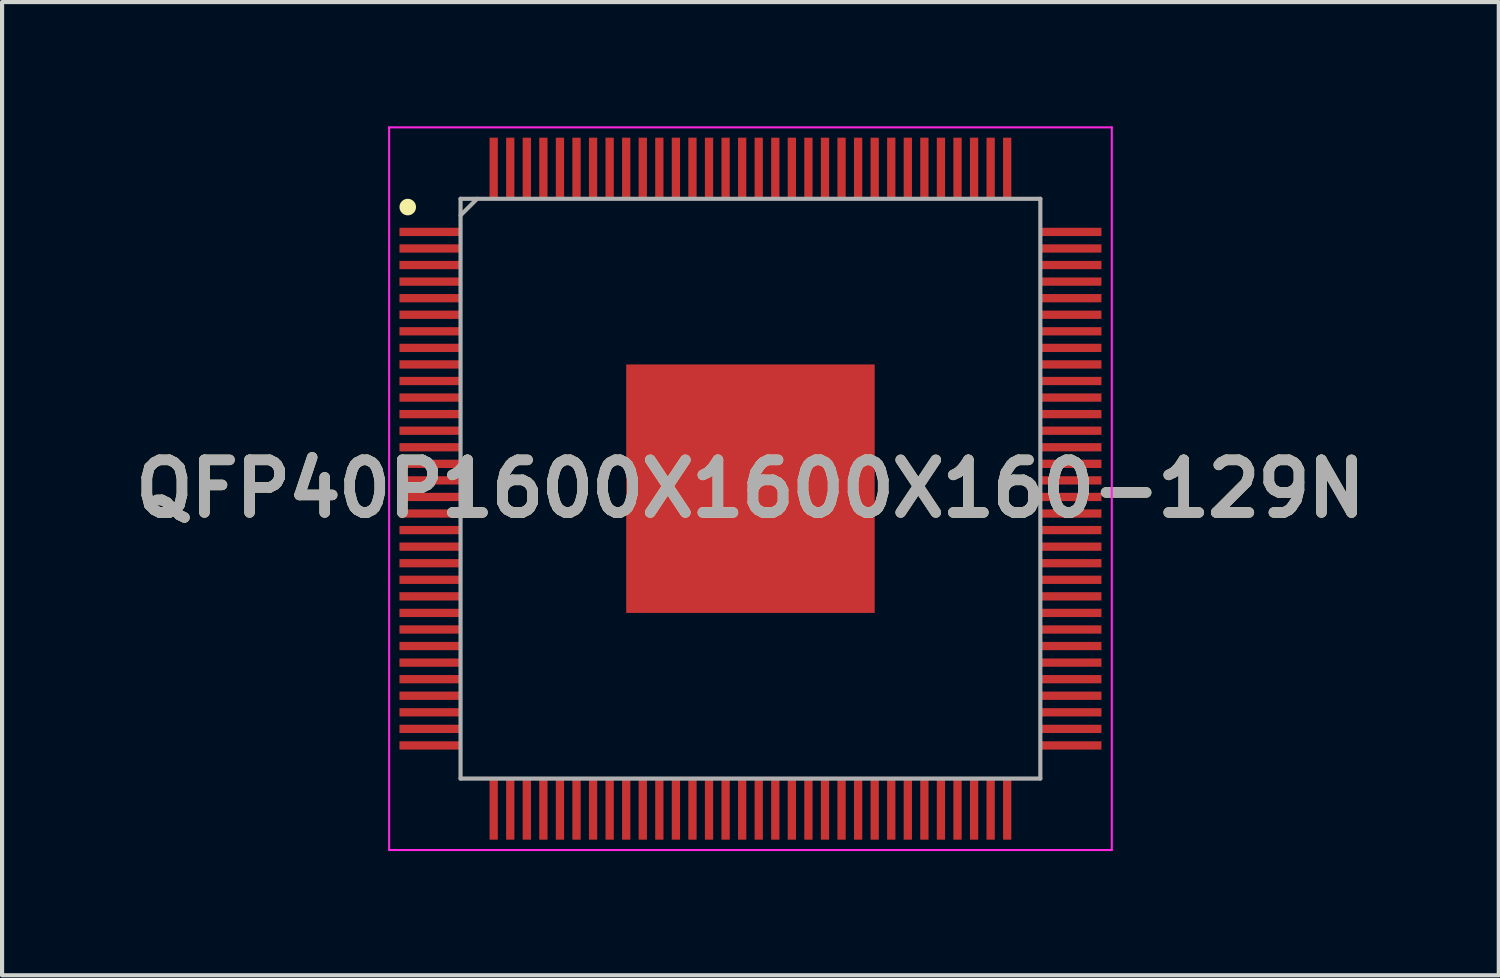
<source format=kicad_pcb>
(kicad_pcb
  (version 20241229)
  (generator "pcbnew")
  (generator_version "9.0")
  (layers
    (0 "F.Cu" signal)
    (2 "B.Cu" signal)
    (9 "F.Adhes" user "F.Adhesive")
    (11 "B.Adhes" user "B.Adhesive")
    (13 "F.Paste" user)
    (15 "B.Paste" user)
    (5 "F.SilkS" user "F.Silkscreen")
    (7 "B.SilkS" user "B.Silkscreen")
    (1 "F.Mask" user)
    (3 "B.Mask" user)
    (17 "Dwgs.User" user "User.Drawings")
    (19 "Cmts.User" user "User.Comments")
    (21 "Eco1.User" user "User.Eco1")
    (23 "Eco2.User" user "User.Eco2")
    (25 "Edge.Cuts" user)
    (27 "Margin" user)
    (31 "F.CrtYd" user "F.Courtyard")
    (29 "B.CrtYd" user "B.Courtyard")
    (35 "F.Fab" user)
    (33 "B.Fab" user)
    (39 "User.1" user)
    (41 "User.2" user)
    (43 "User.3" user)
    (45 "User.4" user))
  (footprint "QFP40P1600X1600X160-129N"
    (layer "F.Cu")
    (at 15.071 8.75)
    (property "Reference" "QFP40P1600X1600X160-129N" (at 0 0 0) (layer "F.SilkS") (effects (font (size 1.27 1.27) (thickness 0.254))))
    (attr smd)
    (fp_circle (center -8.275 -6.8) (end -8.275 -6.7) (stroke (width 0.2) (type solid)) (fill no) (layer "F.SilkS"))
    (fp_line (start -8.725 -8.725) (end 8.725 -8.725) (stroke (width 0.05) (type solid)) (layer "F.CrtYd"))
    (fp_line (start -8.725 8.725) (end -8.725 -8.725) (stroke (width 0.05) (type solid)) (layer "F.CrtYd"))
    (fp_line (start 8.725 -8.725) (end 8.725 8.725) (stroke (width 0.05) (type solid)) (layer "F.CrtYd"))
    (fp_line (start 8.725 8.725) (end -8.725 8.725) (stroke (width 0.05) (type solid)) (layer "F.CrtYd"))
    (fp_line (start -7 -7) (end 7 -7) (stroke (width 0.1) (type solid)) (layer "F.Fab"))
    (fp_line (start -7 -6.6) (end -6.6 -7) (stroke (width 0.1) (type solid)) (layer "F.Fab"))
    (fp_line (start -7 7) (end -7 -7) (stroke (width 0.1) (type solid)) (layer "F.Fab"))
    (fp_line (start 7 -7) (end 7 7) (stroke (width 0.1) (type solid)) (layer "F.Fab"))
    (fp_line (start 7 7) (end -7 7) (stroke (width 0.1) (type solid)) (layer "F.Fab"))
    (fp_text user "${REFERENCE}" (at 0 0 0) (layer "F.Fab") (effects (font (size 1.27 1.27) (thickness 0.254))))
    (pad "1" smd rect (at -7.738 -6.2 90) (size 0.2 1.475) (layers "F.Cu" "F.Mask" "F.Paste"))
    (pad "2" smd rect (at -7.738 -5.8 90) (size 0.2 1.475) (layers "F.Cu" "F.Mask" "F.Paste"))
    (pad "3" smd rect (at -7.738 -5.4 90) (size 0.2 1.475) (layers "F.Cu" "F.Mask" "F.Paste"))
    (pad "4" smd rect (at -7.738 -5 90) (size 0.2 1.475) (layers "F.Cu" "F.Mask" "F.Paste"))
    (pad "5" smd rect (at -7.738 -4.6 90) (size 0.2 1.475) (layers "F.Cu" "F.Mask" "F.Paste"))
    (pad "6" smd rect (at -7.738 -4.2 90) (size 0.2 1.475) (layers "F.Cu" "F.Mask" "F.Paste"))
    (pad "7" smd rect (at -7.738 -3.8 90) (size 0.2 1.475) (layers "F.Cu" "F.Mask" "F.Paste"))
    (pad "8" smd rect (at -7.738 -3.4 90) (size 0.2 1.475) (layers "F.Cu" "F.Mask" "F.Paste"))
    (pad "9" smd rect (at -7.738 -3 90) (size 0.2 1.475) (layers "F.Cu" "F.Mask" "F.Paste"))
    (pad "10" smd rect (at -7.738 -2.6 90) (size 0.2 1.475) (layers "F.Cu" "F.Mask" "F.Paste"))
    (pad "11" smd rect (at -7.738 -2.2 90) (size 0.2 1.475) (layers "F.Cu" "F.Mask" "F.Paste"))
    (pad "12" smd rect (at -7.738 -1.8 90) (size 0.2 1.475) (layers "F.Cu" "F.Mask" "F.Paste"))
    (pad "13" smd rect (at -7.738 -1.4 90) (size 0.2 1.475) (layers "F.Cu" "F.Mask" "F.Paste"))
    (pad "14" smd rect (at -7.738 -1 90) (size 0.2 1.475) (layers "F.Cu" "F.Mask" "F.Paste"))
    (pad "15" smd rect (at -7.738 -0.6 90) (size 0.2 1.475) (layers "F.Cu" "F.Mask" "F.Paste"))
    (pad "16" smd rect (at -7.738 -0.2 90) (size 0.2 1.475) (layers "F.Cu" "F.Mask" "F.Paste"))
    (pad "17" smd rect (at -7.738 0.2 90) (size 0.2 1.475) (layers "F.Cu" "F.Mask" "F.Paste"))
    (pad "18" smd rect (at -7.738 0.6 90) (size 0.2 1.475) (layers "F.Cu" "F.Mask" "F.Paste"))
    (pad "19" smd rect (at -7.738 1 90) (size 0.2 1.475) (layers "F.Cu" "F.Mask" "F.Paste"))
    (pad "20" smd rect (at -7.738 1.4 90) (size 0.2 1.475) (layers "F.Cu" "F.Mask" "F.Paste"))
    (pad "21" smd rect (at -7.738 1.8 90) (size 0.2 1.475) (layers "F.Cu" "F.Mask" "F.Paste"))
    (pad "22" smd rect (at -7.738 2.2 90) (size 0.2 1.475) (layers "F.Cu" "F.Mask" "F.Paste"))
    (pad "23" smd rect (at -7.738 2.6 90) (size 0.2 1.475) (layers "F.Cu" "F.Mask" "F.Paste"))
    (pad "24" smd rect (at -7.738 3 90) (size 0.2 1.475) (layers "F.Cu" "F.Mask" "F.Paste"))
    (pad "25" smd rect (at -7.738 3.4 90) (size 0.2 1.475) (layers "F.Cu" "F.Mask" "F.Paste"))
    (pad "26" smd rect (at -7.738 3.8 90) (size 0.2 1.475) (layers "F.Cu" "F.Mask" "F.Paste"))
    (pad "27" smd rect (at -7.738 4.2 90) (size 0.2 1.475) (layers "F.Cu" "F.Mask" "F.Paste"))
    (pad "28" smd rect (at -7.738 4.6 90) (size 0.2 1.475) (layers "F.Cu" "F.Mask" "F.Paste"))
    (pad "29" smd rect (at -7.738 5 90) (size 0.2 1.475) (layers "F.Cu" "F.Mask" "F.Paste"))
    (pad "30" smd rect (at -7.738 5.4 90) (size 0.2 1.475) (layers "F.Cu" "F.Mask" "F.Paste"))
    (pad "31" smd rect (at -7.738 5.8 90) (size 0.2 1.475) (layers "F.Cu" "F.Mask" "F.Paste"))
    (pad "32" smd rect (at -7.738 6.2 90) (size 0.2 1.475) (layers "F.Cu" "F.Mask" "F.Paste"))
    (pad "33" smd rect (at -6.2 7.738) (size 0.2 1.475) (layers "F.Cu" "F.Mask" "F.Paste"))
    (pad "34" smd rect (at -5.8 7.738) (size 0.2 1.475) (layers "F.Cu" "F.Mask" "F.Paste"))
    (pad "35" smd rect (at -5.4 7.738) (size 0.2 1.475) (layers "F.Cu" "F.Mask" "F.Paste"))
    (pad "36" smd rect (at -5 7.738) (size 0.2 1.475) (layers "F.Cu" "F.Mask" "F.Paste"))
    (pad "37" smd rect (at -4.6 7.738) (size 0.2 1.475) (layers "F.Cu" "F.Mask" "F.Paste"))
    (pad "38" smd rect (at -4.2 7.738) (size 0.2 1.475) (layers "F.Cu" "F.Mask" "F.Paste"))
    (pad "39" smd rect (at -3.8 7.738) (size 0.2 1.475) (layers "F.Cu" "F.Mask" "F.Paste"))
    (pad "40" smd rect (at -3.4 7.738) (size 0.2 1.475) (layers "F.Cu" "F.Mask" "F.Paste"))
    (pad "41" smd rect (at -3 7.738) (size 0.2 1.475) (layers "F.Cu" "F.Mask" "F.Paste"))
    (pad "42" smd rect (at -2.6 7.738) (size 0.2 1.475) (layers "F.Cu" "F.Mask" "F.Paste"))
    (pad "43" smd rect (at -2.2 7.738) (size 0.2 1.475) (layers "F.Cu" "F.Mask" "F.Paste"))
    (pad "44" smd rect (at -1.8 7.738) (size 0.2 1.475) (layers "F.Cu" "F.Mask" "F.Paste"))
    (pad "45" smd rect (at -1.4 7.738) (size 0.2 1.475) (layers "F.Cu" "F.Mask" "F.Paste"))
    (pad "46" smd rect (at -1 7.738) (size 0.2 1.475) (layers "F.Cu" "F.Mask" "F.Paste"))
    (pad "47" smd rect (at -0.6 7.738) (size 0.2 1.475) (layers "F.Cu" "F.Mask" "F.Paste"))
    (pad "48" smd rect (at -0.2 7.738) (size 0.2 1.475) (layers "F.Cu" "F.Mask" "F.Paste"))
    (pad "49" smd rect (at 0.2 7.738) (size 0.2 1.475) (layers "F.Cu" "F.Mask" "F.Paste"))
    (pad "50" smd rect (at 0.6 7.738) (size 0.2 1.475) (layers "F.Cu" "F.Mask" "F.Paste"))
    (pad "51" smd rect (at 1 7.738) (size 0.2 1.475) (layers "F.Cu" "F.Mask" "F.Paste"))
    (pad "52" smd rect (at 1.4 7.738) (size 0.2 1.475) (layers "F.Cu" "F.Mask" "F.Paste"))
    (pad "53" smd rect (at 1.8 7.738) (size 0.2 1.475) (layers "F.Cu" "F.Mask" "F.Paste"))
    (pad "54" smd rect (at 2.2 7.738) (size 0.2 1.475) (layers "F.Cu" "F.Mask" "F.Paste"))
    (pad "55" smd rect (at 2.6 7.738) (size 0.2 1.475) (layers "F.Cu" "F.Mask" "F.Paste"))
    (pad "56" smd rect (at 3 7.738) (size 0.2 1.475) (layers "F.Cu" "F.Mask" "F.Paste"))
    (pad "57" smd rect (at 3.4 7.738) (size 0.2 1.475) (layers "F.Cu" "F.Mask" "F.Paste"))
    (pad "58" smd rect (at 3.8 7.738) (size 0.2 1.475) (layers "F.Cu" "F.Mask" "F.Paste"))
    (pad "59" smd rect (at 4.2 7.738) (size 0.2 1.475) (layers "F.Cu" "F.Mask" "F.Paste"))
    (pad "60" smd rect (at 4.6 7.738) (size 0.2 1.475) (layers "F.Cu" "F.Mask" "F.Paste"))
    (pad "61" smd rect (at 5 7.738) (size 0.2 1.475) (layers "F.Cu" "F.Mask" "F.Paste"))
    (pad "62" smd rect (at 5.4 7.738) (size 0.2 1.475) (layers "F.Cu" "F.Mask" "F.Paste"))
    (pad "63" smd rect (at 5.8 7.738) (size 0.2 1.475) (layers "F.Cu" "F.Mask" "F.Paste"))
    (pad "64" smd rect (at 6.2 7.738) (size 0.2 1.475) (layers "F.Cu" "F.Mask" "F.Paste"))
    (pad "65" smd rect (at 7.738 6.2 90) (size 0.2 1.475) (layers "F.Cu" "F.Mask" "F.Paste"))
    (pad "66" smd rect (at 7.738 5.8 90) (size 0.2 1.475) (layers "F.Cu" "F.Mask" "F.Paste"))
    (pad "67" smd rect (at 7.738 5.4 90) (size 0.2 1.475) (layers "F.Cu" "F.Mask" "F.Paste"))
    (pad "68" smd rect (at 7.738 5 90) (size 0.2 1.475) (layers "F.Cu" "F.Mask" "F.Paste"))
    (pad "69" smd rect (at 7.738 4.6 90) (size 0.2 1.475) (layers "F.Cu" "F.Mask" "F.Paste"))
    (pad "70" smd rect (at 7.738 4.2 90) (size 0.2 1.475) (layers "F.Cu" "F.Mask" "F.Paste"))
    (pad "71" smd rect (at 7.738 3.8 90) (size 0.2 1.475) (layers "F.Cu" "F.Mask" "F.Paste"))
    (pad "72" smd rect (at 7.738 3.4 90) (size 0.2 1.475) (layers "F.Cu" "F.Mask" "F.Paste"))
    (pad "73" smd rect (at 7.738 3 90) (size 0.2 1.475) (layers "F.Cu" "F.Mask" "F.Paste"))
    (pad "74" smd rect (at 7.738 2.6 90) (size 0.2 1.475) (layers "F.Cu" "F.Mask" "F.Paste"))
    (pad "75" smd rect (at 7.738 2.2 90) (size 0.2 1.475) (layers "F.Cu" "F.Mask" "F.Paste"))
    (pad "76" smd rect (at 7.738 1.8 90) (size 0.2 1.475) (layers "F.Cu" "F.Mask" "F.Paste"))
    (pad "77" smd rect (at 7.738 1.4 90) (size 0.2 1.475) (layers "F.Cu" "F.Mask" "F.Paste"))
    (pad "78" smd rect (at 7.738 1 90) (size 0.2 1.475) (layers "F.Cu" "F.Mask" "F.Paste"))
    (pad "79" smd rect (at 7.738 0.6 90) (size 0.2 1.475) (layers "F.Cu" "F.Mask" "F.Paste"))
    (pad "80" smd rect (at 7.738 0.2 90) (size 0.2 1.475) (layers "F.Cu" "F.Mask" "F.Paste"))
    (pad "81" smd rect (at 7.738 -0.2 90) (size 0.2 1.475) (layers "F.Cu" "F.Mask" "F.Paste"))
    (pad "82" smd rect (at 7.738 -0.6 90) (size 0.2 1.475) (layers "F.Cu" "F.Mask" "F.Paste"))
    (pad "83" smd rect (at 7.738 -1 90) (size 0.2 1.475) (layers "F.Cu" "F.Mask" "F.Paste"))
    (pad "84" smd rect (at 7.738 -1.4 90) (size 0.2 1.475) (layers "F.Cu" "F.Mask" "F.Paste"))
    (pad "85" smd rect (at 7.738 -1.8 90) (size 0.2 1.475) (layers "F.Cu" "F.Mask" "F.Paste"))
    (pad "86" smd rect (at 7.738 -2.2 90) (size 0.2 1.475) (layers "F.Cu" "F.Mask" "F.Paste"))
    (pad "87" smd rect (at 7.738 -2.6 90) (size 0.2 1.475) (layers "F.Cu" "F.Mask" "F.Paste"))
    (pad "88" smd rect (at 7.738 -3 90) (size 0.2 1.475) (layers "F.Cu" "F.Mask" "F.Paste"))
    (pad "89" smd rect (at 7.738 -3.4 90) (size 0.2 1.475) (layers "F.Cu" "F.Mask" "F.Paste"))
    (pad "90" smd rect (at 7.738 -3.8 90) (size 0.2 1.475) (layers "F.Cu" "F.Mask" "F.Paste"))
    (pad "91" smd rect (at 7.738 -4.2 90) (size 0.2 1.475) (layers "F.Cu" "F.Mask" "F.Paste"))
    (pad "92" smd rect (at 7.738 -4.6 90) (size 0.2 1.475) (layers "F.Cu" "F.Mask" "F.Paste"))
    (pad "93" smd rect (at 7.738 -5 90) (size 0.2 1.475) (layers "F.Cu" "F.Mask" "F.Paste"))
    (pad "94" smd rect (at 7.738 -5.4 90) (size 0.2 1.475) (layers "F.Cu" "F.Mask" "F.Paste"))
    (pad "95" smd rect (at 7.738 -5.8 90) (size 0.2 1.475) (layers "F.Cu" "F.Mask" "F.Paste"))
    (pad "96" smd rect (at 7.738 -6.2 90) (size 0.2 1.475) (layers "F.Cu" "F.Mask" "F.Paste"))
    (pad "97" smd rect (at 6.2 -7.738) (size 0.2 1.475) (layers "F.Cu" "F.Mask" "F.Paste"))
    (pad "98" smd rect (at 5.8 -7.738) (size 0.2 1.475) (layers "F.Cu" "F.Mask" "F.Paste"))
    (pad "99" smd rect (at 5.4 -7.738) (size 0.2 1.475) (layers "F.Cu" "F.Mask" "F.Paste"))
    (pad "100" smd rect (at 5 -7.738) (size 0.2 1.475) (layers "F.Cu" "F.Mask" "F.Paste"))
    (pad "101" smd rect (at 4.6 -7.738) (size 0.2 1.475) (layers "F.Cu" "F.Mask" "F.Paste"))
    (pad "102" smd rect (at 4.2 -7.738) (size 0.2 1.475) (layers "F.Cu" "F.Mask" "F.Paste"))
    (pad "103" smd rect (at 3.8 -7.738) (size 0.2 1.475) (layers "F.Cu" "F.Mask" "F.Paste"))
    (pad "104" smd rect (at 3.4 -7.738) (size 0.2 1.475) (layers "F.Cu" "F.Mask" "F.Paste"))
    (pad "105" smd rect (at 3 -7.738) (size 0.2 1.475) (layers "F.Cu" "F.Mask" "F.Paste"))
    (pad "106" smd rect (at 2.6 -7.738) (size 0.2 1.475) (layers "F.Cu" "F.Mask" "F.Paste"))
    (pad "107" smd rect (at 2.2 -7.738) (size 0.2 1.475) (layers "F.Cu" "F.Mask" "F.Paste"))
    (pad "108" smd rect (at 1.8 -7.738) (size 0.2 1.475) (layers "F.Cu" "F.Mask" "F.Paste"))
    (pad "109" smd rect (at 1.4 -7.738) (size 0.2 1.475) (layers "F.Cu" "F.Mask" "F.Paste"))
    (pad "110" smd rect (at 1 -7.738) (size 0.2 1.475) (layers "F.Cu" "F.Mask" "F.Paste"))
    (pad "111" smd rect (at 0.6 -7.738) (size 0.2 1.475) (layers "F.Cu" "F.Mask" "F.Paste"))
    (pad "112" smd rect (at 0.2 -7.738) (size 0.2 1.475) (layers "F.Cu" "F.Mask" "F.Paste"))
    (pad "113" smd rect (at -0.2 -7.738) (size 0.2 1.475) (layers "F.Cu" "F.Mask" "F.Paste"))
    (pad "114" smd rect (at -0.6 -7.738) (size 0.2 1.475) (layers "F.Cu" "F.Mask" "F.Paste"))
    (pad "115" smd rect (at -1 -7.738) (size 0.2 1.475) (layers "F.Cu" "F.Mask" "F.Paste"))
    (pad "116" smd rect (at -1.4 -7.738) (size 0.2 1.475) (layers "F.Cu" "F.Mask" "F.Paste"))
    (pad "117" smd rect (at -1.8 -7.738) (size 0.2 1.475) (layers "F.Cu" "F.Mask" "F.Paste"))
    (pad "118" smd rect (at -2.2 -7.738) (size 0.2 1.475) (layers "F.Cu" "F.Mask" "F.Paste"))
    (pad "119" smd rect (at -2.6 -7.738) (size 0.2 1.475) (layers "F.Cu" "F.Mask" "F.Paste"))
    (pad "120" smd rect (at -3 -7.738) (size 0.2 1.475) (layers "F.Cu" "F.Mask" "F.Paste"))
    (pad "121" smd rect (at -3.4 -7.738) (size 0.2 1.475) (layers "F.Cu" "F.Mask" "F.Paste"))
    (pad "122" smd rect (at -3.8 -7.738) (size 0.2 1.475) (layers "F.Cu" "F.Mask" "F.Paste"))
    (pad "123" smd rect (at -4.2 -7.738) (size 0.2 1.475) (layers "F.Cu" "F.Mask" "F.Paste"))
    (pad "124" smd rect (at -4.6 -7.738) (size 0.2 1.475) (layers "F.Cu" "F.Mask" "F.Paste"))
    (pad "125" smd rect (at -5 -7.738) (size 0.2 1.475) (layers "F.Cu" "F.Mask" "F.Paste"))
    (pad "126" smd rect (at -5.4 -7.738) (size 0.2 1.475) (layers "F.Cu" "F.Mask" "F.Paste"))
    (pad "127" smd rect (at -5.8 -7.738) (size 0.2 1.475) (layers "F.Cu" "F.Mask" "F.Paste"))
    (pad "128" smd rect (at -6.2 -7.738) (size 0.2 1.475) (layers "F.Cu" "F.Mask" "F.Paste"))
    (pad "129" smd rect (at 0 0) (size 6 6) (layers "F.Cu" "F.Mask" "F.Paste")))
  (gr_rect
    (start -3 -3)
    (end 33.141 20.5)
    (stroke (width 0.1) (type default))
    (fill no)
    (layer "Edge.Cuts")))
</source>
